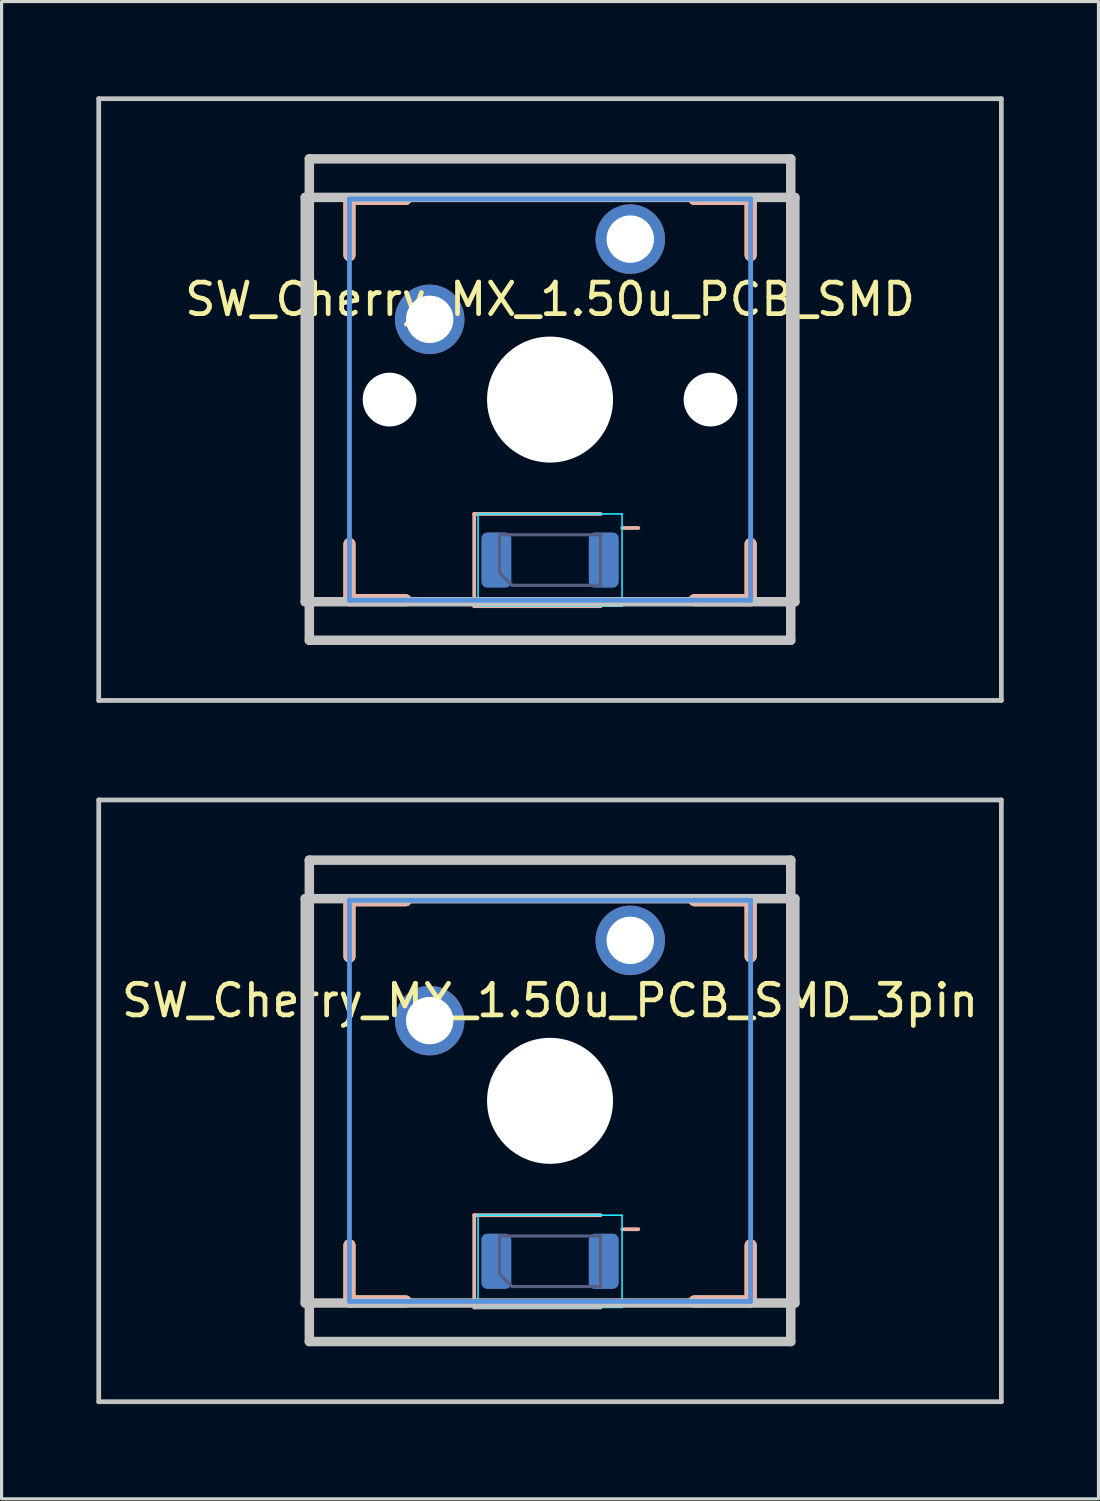
<source format=kicad_pcb>
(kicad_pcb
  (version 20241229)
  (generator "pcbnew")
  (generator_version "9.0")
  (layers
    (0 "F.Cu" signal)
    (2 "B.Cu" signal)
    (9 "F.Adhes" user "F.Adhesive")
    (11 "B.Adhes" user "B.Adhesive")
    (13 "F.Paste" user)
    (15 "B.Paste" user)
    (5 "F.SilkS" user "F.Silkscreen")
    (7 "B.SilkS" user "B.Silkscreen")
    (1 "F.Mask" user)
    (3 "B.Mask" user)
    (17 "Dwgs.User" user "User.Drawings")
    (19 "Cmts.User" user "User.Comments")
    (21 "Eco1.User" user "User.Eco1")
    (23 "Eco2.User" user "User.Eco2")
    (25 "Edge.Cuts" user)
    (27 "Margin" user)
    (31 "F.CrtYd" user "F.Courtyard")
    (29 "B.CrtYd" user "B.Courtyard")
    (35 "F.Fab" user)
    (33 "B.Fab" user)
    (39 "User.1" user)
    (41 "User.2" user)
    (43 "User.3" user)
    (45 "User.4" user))
  (footprint "SW_Cherry_MX_1.50u_PCB_SMD"
    (layer "F.Cu")
    (at 14.363 9.6)
    (property "Reference" "SW_Cherry_MX_1.50u_PCB_SMD" (at 0 -3.175 0) (layer "F.SilkS") (effects (font (size 1 1) (thickness 0.15))))
    (attr exclude_from_pos_files exclude_from_bom)
    (fp_line (start -6.35 -6.35) (end -4.572 -6.35) (stroke (width 0.381) (type solid)) (layer "F.SilkS"))
    (fp_line (start -6.35 -4.572) (end -6.35 -6.35) (stroke (width 0.381) (type solid)) (layer "F.SilkS"))
    (fp_line (start -6.35 6.35) (end -6.35 4.572) (stroke (width 0.381) (type solid)) (layer "F.SilkS"))
    (fp_line (start -4.572 6.35) (end -6.35 6.35) (stroke (width 0.381) (type solid)) (layer "F.SilkS"))
    (fp_line (start 4.572 -6.35) (end 6.35 -6.35) (stroke (width 0.381) (type solid)) (layer "F.SilkS"))
    (fp_line (start 6.35 -6.35) (end 6.35 -4.572) (stroke (width 0.381) (type solid)) (layer "F.SilkS"))
    (fp_line (start 6.35 4.572) (end 6.35 6.35) (stroke (width 0.381) (type solid)) (layer "F.SilkS"))
    (fp_line (start 6.35 6.35) (end 4.572 6.35) (stroke (width 0.381) (type solid)) (layer "F.SilkS"))
    (fp_line (start -6.35 -6.35) (end -6.35 -4.572) (stroke (width 0.381) (type solid)) (layer "B.SilkS"))
    (fp_line (start -6.35 4.572) (end -6.35 6.35) (stroke (width 0.381) (type solid)) (layer "B.SilkS"))
    (fp_line (start -6.35 6.35) (end -4.572 6.35) (stroke (width 0.381) (type solid)) (layer "B.SilkS"))
    (fp_line (start -4.572 -6.35) (end -6.35 -6.35) (stroke (width 0.381) (type solid)) (layer "B.SilkS"))
    (fp_line (start -2.4 3.62) (end 1.6 3.62) (stroke (width 0.12) (type solid)) (layer "B.SilkS"))
    (fp_line (start -2.4 6.54) (end -2.4 3.62) (stroke (width 0.12) (type solid)) (layer "B.SilkS"))
    (fp_line (start 1.6 6.54) (end -2.4 6.54) (stroke (width 0.12) (type solid)) (layer "B.SilkS"))
    (fp_line (start 2.286 4.064) (end 2.794 4.064) (stroke (width 0.12) (type solid)) (layer "B.SilkS"))
    (fp_line (start 4.572 6.35) (end 6.35 6.35) (stroke (width 0.381) (type solid)) (layer "B.SilkS"))
    (fp_line (start 6.35 -6.35) (end 4.572 -6.35) (stroke (width 0.381) (type solid)) (layer "B.SilkS"))
    (fp_line (start 6.35 -4.572) (end 6.35 -6.35) (stroke (width 0.381) (type solid)) (layer "B.SilkS"))
    (fp_line (start 6.35 6.35) (end 6.35 4.572) (stroke (width 0.381) (type solid)) (layer "B.SilkS"))
    (fp_line (start -14.287 -9.525) (end 14.287 -9.525) (stroke (width 0.15) (type solid)) (layer "Dwgs.User"))
    (fp_line (start -14.287 9.525) (end -14.287 -9.525) (stroke (width 0.15) (type solid)) (layer "Dwgs.User"))
    (fp_line (start -7.75 6.4) (end -7.75 -6.4) (stroke (width 0.3) (type solid)) (layer "Dwgs.User"))
    (fp_line (start -7.75 6.4) (end 7.75 6.4) (stroke (width 0.3) (type solid)) (layer "Dwgs.User"))
    (fp_line (start -7.62 -7.62) (end 7.62 -7.62) (stroke (width 0.3) (type solid)) (layer "Dwgs.User"))
    (fp_line (start -7.62 7.62) (end -7.62 -7.62) (stroke (width 0.3) (type solid)) (layer "Dwgs.User"))
    (fp_line (start 7.62 -7.62) (end 7.62 7.62) (stroke (width 0.3) (type solid)) (layer "Dwgs.User"))
    (fp_line (start 7.62 7.62) (end -7.62 7.62) (stroke (width 0.3) (type solid)) (layer "Dwgs.User"))
    (fp_line (start 7.75 -6.4) (end -7.75 -6.4) (stroke (width 0.3) (type solid)) (layer "Dwgs.User"))
    (fp_line (start 7.75 6.4) (end 7.75 -6.4) (stroke (width 0.3) (type solid)) (layer "Dwgs.User"))
    (fp_line (start 14.287 -9.525) (end 14.287 9.525) (stroke (width 0.15) (type solid)) (layer "Dwgs.User"))
    (fp_line (start 14.287 9.525) (end -14.287 9.525) (stroke (width 0.15) (type solid)) (layer "Dwgs.User"))
    (fp_line (start -6.35 -6.35) (end 6.35 -6.35) (stroke (width 0.152) (type solid)) (layer "Cmts.User"))
    (fp_line (start -6.35 6.35) (end -6.35 -6.35) (stroke (width 0.152) (type solid)) (layer "Cmts.User"))
    (fp_line (start 6.35 -6.35) (end 6.35 6.35) (stroke (width 0.152) (type solid)) (layer "Cmts.User"))
    (fp_line (start 6.35 6.35) (end -6.35 6.35) (stroke (width 0.152) (type solid)) (layer "Cmts.User"))
    (fp_line (start -6.985 -6.985) (end 6.985 -6.985) (stroke (width 0.152) (type solid)) (layer "Eco2.User"))
    (fp_line (start -6.985 6.985) (end -6.985 -6.985) (stroke (width 0.152) (type solid)) (layer "Eco2.User"))
    (fp_line (start 6.985 -6.985) (end 6.985 6.985) (stroke (width 0.152) (type solid)) (layer "Eco2.User"))
    (fp_line (start 6.985 6.985) (end -6.985 6.985) (stroke (width 0.152) (type solid)) (layer "Eco2.User"))
    (fp_line (start -2.28 3.62) (end -2.28 6.54) (stroke (width 0.05) (type solid)) (layer "B.CrtYd"))
    (fp_line (start -2.28 6.54) (end 2.28 6.54) (stroke (width 0.05) (type solid)) (layer "B.CrtYd"))
    (fp_line (start 2.28 3.62) (end -2.28 3.62) (stroke (width 0.05) (type solid)) (layer "B.CrtYd"))
    (fp_line (start 2.28 6.54) (end 2.28 3.62) (stroke (width 0.05) (type solid)) (layer "B.CrtYd"))
    (fp_line (start -1.6 4.28) (end 1.6 4.28) (stroke (width 0.1) (type solid)) (layer "B.Fab"))
    (fp_line (start -1.6 5.48) (end -1.6 4.28) (stroke (width 0.1) (type solid)) (layer "B.Fab"))
    (fp_line (start -1.2 5.88) (end -1.6 5.48) (stroke (width 0.1) (type solid)) (layer "B.Fab"))
    (fp_line (start 1.6 4.28) (end 1.6 5.88) (stroke (width 0.1) (type solid)) (layer "B.Fab"))
    (fp_line (start 1.6 5.88) (end -1.2 5.88) (stroke (width 0.1) (type solid)) (layer "B.Fab"))
    (pad "" np_thru_hole circle (at -5.08 0) (size 1.702 1.702) (drill 1.702) (layers "*.Cu" "*.Mask"))
    (pad "" np_thru_hole circle (at 0 0) (size 3.988 3.988) (drill 3.988) (layers "*.Cu" "*.Mask"))
    (pad "" np_thru_hole circle (at 5.08 0) (size 1.702 1.702) (drill 1.702) (layers "*.Cu" "*.Mask"))
    (pad "1" thru_hole circle (at -3.81 -2.54) (size 2.2 2.2) (drill 1.5) (layers "*.Cu" "*.Mask"))
    (pad "2" thru_hole circle (at 2.54 -5.08) (size 2.2 2.2) (drill 1.5) (layers "*.Cu" "*.Mask"))
    (pad "3" smd roundrect (at 1.7 5.08) (size 0.95 1.75) (layers "B.Cu" "B.Mask" "B.Paste") (roundrect_rratio 0.2))
    (pad "4" smd roundrect (at -1.7 5.08) (size 0.95 1.75) (layers "B.Cu" "B.Mask" "B.Paste") (roundrect_rratio 0.2)))
  (footprint "SW_Cherry_MX_1.50u_PCB_SMD_3pin"
    (layer "F.Cu")
    (at 14.363 31.8)
    (property "Reference" "SW_Cherry_MX_1.50u_PCB_SMD_3pin" (at 0 -3.175 0) (layer "F.SilkS") (effects (font (size 1 1) (thickness 0.15))))
    (attr exclude_from_pos_files exclude_from_bom)
    (fp_line (start -6.35 -6.35) (end -4.572 -6.35) (stroke (width 0.381) (type solid)) (layer "F.SilkS"))
    (fp_line (start -6.35 -4.572) (end -6.35 -6.35) (stroke (width 0.381) (type solid)) (layer "F.SilkS"))
    (fp_line (start -6.35 6.35) (end -6.35 4.572) (stroke (width 0.381) (type solid)) (layer "F.SilkS"))
    (fp_line (start -4.572 6.35) (end -6.35 6.35) (stroke (width 0.381) (type solid)) (layer "F.SilkS"))
    (fp_line (start 4.572 -6.35) (end 6.35 -6.35) (stroke (width 0.381) (type solid)) (layer "F.SilkS"))
    (fp_line (start 6.35 -6.35) (end 6.35 -4.572) (stroke (width 0.381) (type solid)) (layer "F.SilkS"))
    (fp_line (start 6.35 4.572) (end 6.35 6.35) (stroke (width 0.381) (type solid)) (layer "F.SilkS"))
    (fp_line (start 6.35 6.35) (end 4.572 6.35) (stroke (width 0.381) (type solid)) (layer "F.SilkS"))
    (fp_line (start -6.35 -6.35) (end -6.35 -4.572) (stroke (width 0.381) (type solid)) (layer "B.SilkS"))
    (fp_line (start -6.35 4.572) (end -6.35 6.35) (stroke (width 0.381) (type solid)) (layer "B.SilkS"))
    (fp_line (start -6.35 6.35) (end -4.572 6.35) (stroke (width 0.381) (type solid)) (layer "B.SilkS"))
    (fp_line (start -4.572 -6.35) (end -6.35 -6.35) (stroke (width 0.381) (type solid)) (layer "B.SilkS"))
    (fp_line (start -2.4 3.62) (end 1.6 3.62) (stroke (width 0.12) (type solid)) (layer "B.SilkS"))
    (fp_line (start -2.4 6.54) (end -2.4 3.62) (stroke (width 0.12) (type solid)) (layer "B.SilkS"))
    (fp_line (start 1.6 6.54) (end -2.4 6.54) (stroke (width 0.12) (type solid)) (layer "B.SilkS"))
    (fp_line (start 2.286 4.064) (end 2.794 4.064) (stroke (width 0.12) (type solid)) (layer "B.SilkS"))
    (fp_line (start 4.572 6.35) (end 6.35 6.35) (stroke (width 0.381) (type solid)) (layer "B.SilkS"))
    (fp_line (start 6.35 -6.35) (end 4.572 -6.35) (stroke (width 0.381) (type solid)) (layer "B.SilkS"))
    (fp_line (start 6.35 -4.572) (end 6.35 -6.35) (stroke (width 0.381) (type solid)) (layer "B.SilkS"))
    (fp_line (start 6.35 6.35) (end 6.35 4.572) (stroke (width 0.381) (type solid)) (layer "B.SilkS"))
    (fp_line (start -14.287 -9.525) (end 14.287 -9.525) (stroke (width 0.15) (type solid)) (layer "Dwgs.User"))
    (fp_line (start -14.287 9.525) (end -14.287 -9.525) (stroke (width 0.15) (type solid)) (layer "Dwgs.User"))
    (fp_line (start -7.75 6.4) (end -7.75 -6.4) (stroke (width 0.3) (type solid)) (layer "Dwgs.User"))
    (fp_line (start -7.75 6.4) (end 7.75 6.4) (stroke (width 0.3) (type solid)) (layer "Dwgs.User"))
    (fp_line (start -7.62 -7.62) (end 7.62 -7.62) (stroke (width 0.3) (type solid)) (layer "Dwgs.User"))
    (fp_line (start -7.62 7.62) (end -7.62 -7.62) (stroke (width 0.3) (type solid)) (layer "Dwgs.User"))
    (fp_line (start 7.62 -7.62) (end 7.62 7.62) (stroke (width 0.3) (type solid)) (layer "Dwgs.User"))
    (fp_line (start 7.62 7.62) (end -7.62 7.62) (stroke (width 0.3) (type solid)) (layer "Dwgs.User"))
    (fp_line (start 7.75 -6.4) (end -7.75 -6.4) (stroke (width 0.3) (type solid)) (layer "Dwgs.User"))
    (fp_line (start 7.75 6.4) (end 7.75 -6.4) (stroke (width 0.3) (type solid)) (layer "Dwgs.User"))
    (fp_line (start 14.287 -9.525) (end 14.287 9.525) (stroke (width 0.15) (type solid)) (layer "Dwgs.User"))
    (fp_line (start 14.287 9.525) (end -14.287 9.525) (stroke (width 0.15) (type solid)) (layer "Dwgs.User"))
    (fp_line (start -6.35 -6.35) (end 6.35 -6.35) (stroke (width 0.152) (type solid)) (layer "Cmts.User"))
    (fp_line (start -6.35 6.35) (end -6.35 -6.35) (stroke (width 0.152) (type solid)) (layer "Cmts.User"))
    (fp_line (start 6.35 -6.35) (end 6.35 6.35) (stroke (width 0.152) (type solid)) (layer "Cmts.User"))
    (fp_line (start 6.35 6.35) (end -6.35 6.35) (stroke (width 0.152) (type solid)) (layer "Cmts.User"))
    (fp_line (start -6.985 -6.985) (end 6.985 -6.985) (stroke (width 0.152) (type solid)) (layer "Eco2.User"))
    (fp_line (start -6.985 6.985) (end -6.985 -6.985) (stroke (width 0.152) (type solid)) (layer "Eco2.User"))
    (fp_line (start 6.985 -6.985) (end 6.985 6.985) (stroke (width 0.152) (type solid)) (layer "Eco2.User"))
    (fp_line (start 6.985 6.985) (end -6.985 6.985) (stroke (width 0.152) (type solid)) (layer "Eco2.User"))
    (fp_line (start -2.28 3.62) (end -2.28 6.54) (stroke (width 0.05) (type solid)) (layer "B.CrtYd"))
    (fp_line (start -2.28 6.54) (end 2.28 6.54) (stroke (width 0.05) (type solid)) (layer "B.CrtYd"))
    (fp_line (start 2.28 3.62) (end -2.28 3.62) (stroke (width 0.05) (type solid)) (layer "B.CrtYd"))
    (fp_line (start 2.28 6.54) (end 2.28 3.62) (stroke (width 0.05) (type solid)) (layer "B.CrtYd"))
    (fp_line (start -1.6 4.28) (end 1.6 4.28) (stroke (width 0.1) (type solid)) (layer "B.Fab"))
    (fp_line (start -1.6 5.48) (end -1.6 4.28) (stroke (width 0.1) (type solid)) (layer "B.Fab"))
    (fp_line (start -1.2 5.88) (end -1.6 5.48) (stroke (width 0.1) (type solid)) (layer "B.Fab"))
    (fp_line (start 1.6 4.28) (end 1.6 5.88) (stroke (width 0.1) (type solid)) (layer "B.Fab"))
    (fp_line (start 1.6 5.88) (end -1.2 5.88) (stroke (width 0.1) (type solid)) (layer "B.Fab"))
    (pad "" np_thru_hole circle (at 0 0) (size 3.988 3.988) (drill 3.988) (layers "*.Cu" "*.Mask"))
    (pad "1" thru_hole circle (at -3.81 -2.54) (size 2.2 2.2) (drill 1.5) (layers "*.Cu" "*.Mask"))
    (pad "2" thru_hole circle (at 2.54 -5.08) (size 2.2 2.2) (drill 1.5) (layers "*.Cu" "*.Mask"))
    (pad "3" smd roundrect (at 1.7 5.08) (size 0.95 1.75) (layers "B.Cu" "B.Mask" "B.Paste") (roundrect_rratio 0.2))
    (pad "4" smd roundrect (at -1.7 5.08) (size 0.95 1.75) (layers "B.Cu" "B.Mask" "B.Paste") (roundrect_rratio 0.2)))
  (gr_rect
    (start -3 -3)
    (end 31.725 44.4)
    (stroke (width 0.1) (type default))
    (fill no)
    (layer "Edge.Cuts")))
</source>
